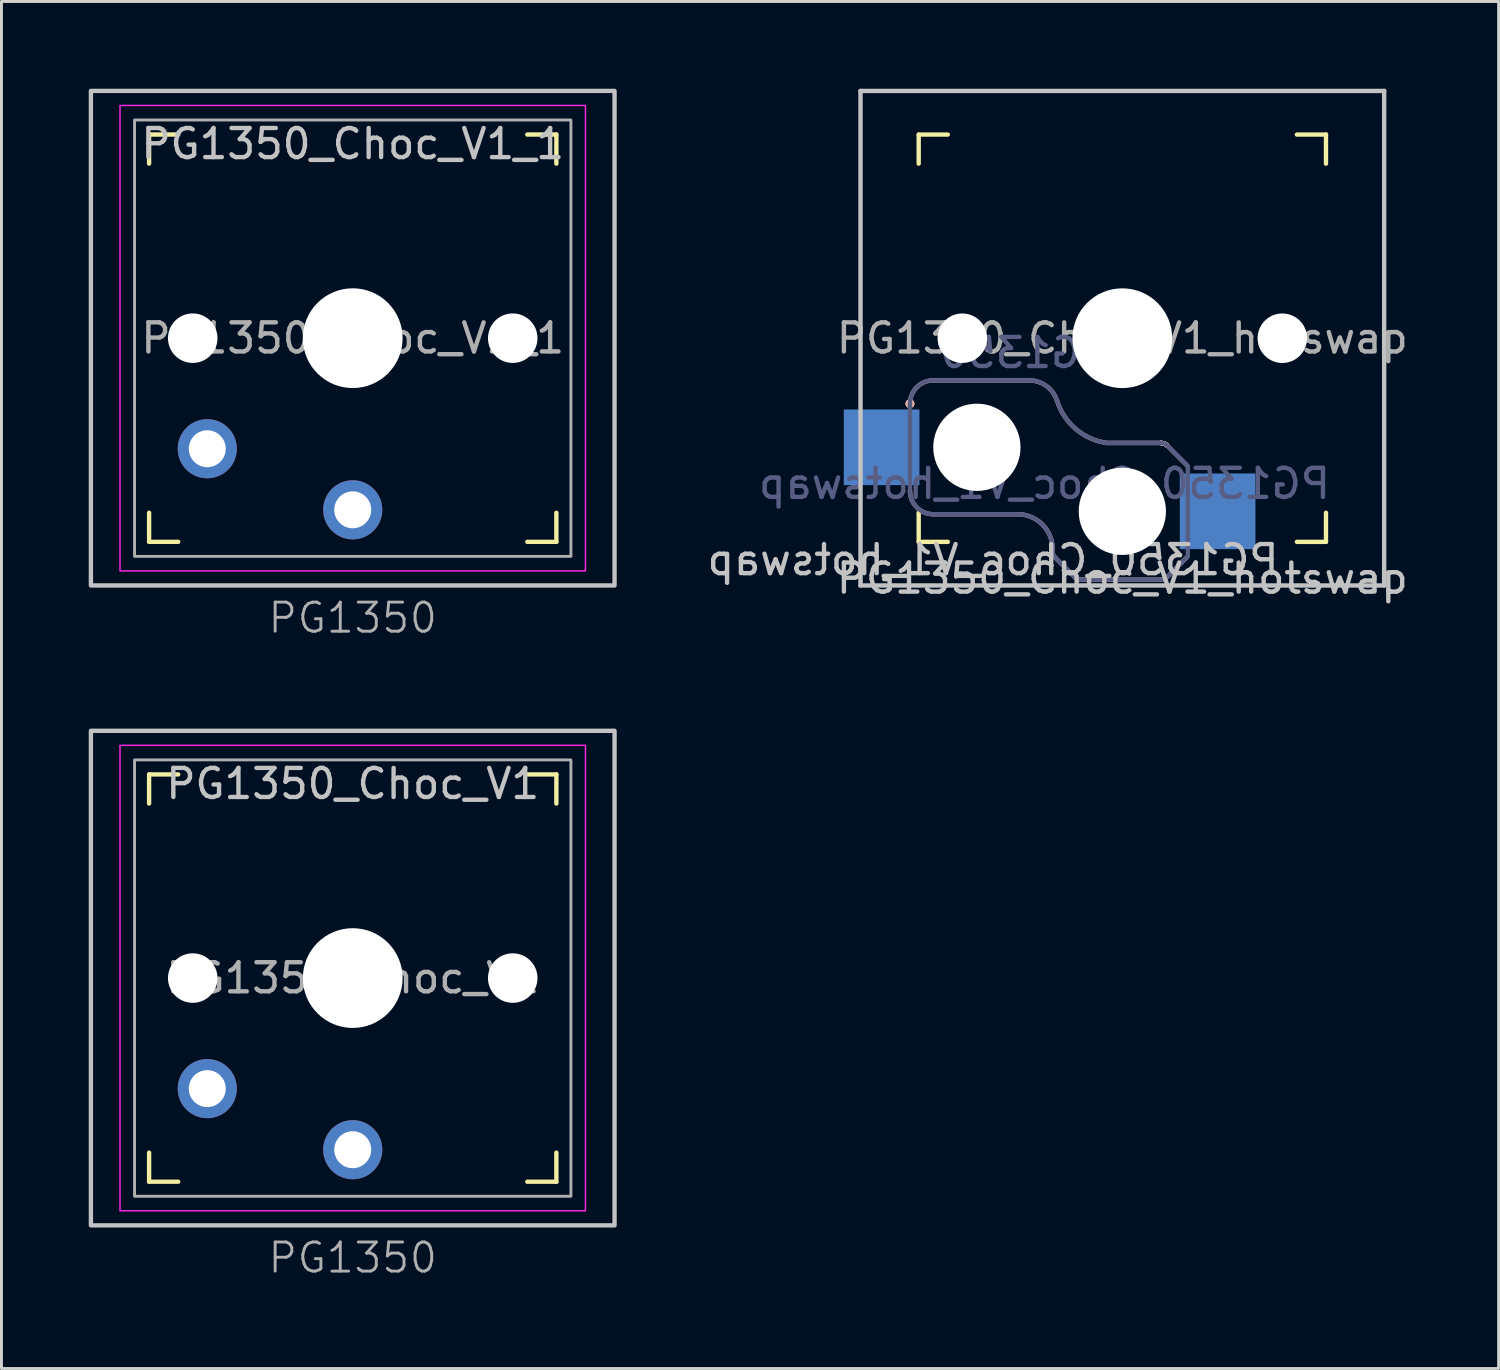
<source format=kicad_pcb>
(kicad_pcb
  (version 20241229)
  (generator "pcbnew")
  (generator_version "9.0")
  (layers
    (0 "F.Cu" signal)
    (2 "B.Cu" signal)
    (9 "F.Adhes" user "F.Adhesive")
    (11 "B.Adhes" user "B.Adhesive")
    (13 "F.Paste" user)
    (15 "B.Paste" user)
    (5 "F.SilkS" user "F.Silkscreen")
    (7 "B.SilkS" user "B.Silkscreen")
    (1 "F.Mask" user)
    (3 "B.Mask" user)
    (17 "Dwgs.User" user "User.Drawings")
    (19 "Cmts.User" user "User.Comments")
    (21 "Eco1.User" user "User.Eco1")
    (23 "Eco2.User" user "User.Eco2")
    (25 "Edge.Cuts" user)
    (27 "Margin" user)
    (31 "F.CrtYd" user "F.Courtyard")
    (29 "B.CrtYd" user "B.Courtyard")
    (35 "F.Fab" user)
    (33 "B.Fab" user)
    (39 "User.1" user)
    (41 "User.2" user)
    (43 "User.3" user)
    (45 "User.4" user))
  (footprint "PG1350_Choc_V1"
    (layer "F.Cu")
    (at 9.075 30.571)
    (property "Reference" "PG1350_Choc_V1" (at 0 -6.68 0) (layer "Dwgs.User") (effects (font (size 1 1) (thickness 0.15))))
    (property "Value" "PG1350" (at 0 7.75 0) (layer "F.Fab") (hide yes) (effects (font (size 1 1) (thickness 0.15))))
    (attr through_hole)
    (fp_line (start -7 -6) (end -7 -7) (stroke (width 0.15) (type solid)) (layer "F.SilkS"))
    (fp_line (start -7 7) (end -7 6) (stroke (width 0.15) (type solid)) (layer "F.SilkS"))
    (fp_line (start -7 7) (end -6 7) (stroke (width 0.15) (type solid)) (layer "F.SilkS"))
    (fp_line (start -6 -7) (end -7 -7) (stroke (width 0.15) (type solid)) (layer "F.SilkS"))
    (fp_line (start 6 7) (end 7 7) (stroke (width 0.15) (type solid)) (layer "F.SilkS"))
    (fp_line (start 7 -7) (end 6 -7) (stroke (width 0.15) (type solid)) (layer "F.SilkS"))
    (fp_line (start 7 -7) (end 7 -6) (stroke (width 0.15) (type solid)) (layer "F.SilkS"))
    (fp_line (start 7 6) (end 7 7) (stroke (width 0.15) (type solid)) (layer "F.SilkS"))
    (fp_rect (start -9 -8.5) (end 9 8.5) (stroke (width 0.15) (type solid)) (fill no) (layer "Dwgs.User"))
    (fp_rect (start -8 -8) (end 8 8) (stroke (width 0.05) (type solid)) (fill no) (layer "F.CrtYd"))
    (fp_rect (start -7.5 -7.5) (end 7.5 7.5) (stroke (width 0.1) (type solid)) (fill no) (layer "F.Fab"))
    (fp_text user "${REFERENCE}" (at 0 0 0) (layer "F.Fab") (effects (font (size 1 1) (thickness 0.15))))
    (fp_text user "${VALUE}" (at 0 10.2 0) (unlocked yes) (layer "F.Fab") (effects (font (size 1 1) (thickness 0.1)) (justify bottom)))
    (pad "" np_thru_hole circle (at -5.5 0) (size 1.702 1.702) (drill 1.702) (layers "*.Cu" "*.Mask"))
    (pad "" np_thru_hole circle (at 0 0) (size 3.429 3.429) (drill 3.429) (layers "*.Cu" "*.Mask"))
    (pad "" np_thru_hole circle (at 5.5 0) (size 1.702 1.702) (drill 1.702) (layers "*.Cu" "*.Mask"))
    (pad "1" thru_hole circle (at 0 5.9) (size 2.032 2.032) (drill 1.27) (layers "*.Cu" "*.Mask"))
    (pad "2" thru_hole circle (at -5 3.8) (size 2.032 2.032) (drill 1.27) (layers "*.Cu" "*.Mask")))
  (footprint "PG1350_Choc_V1_1"
    (layer "F.Cu")
    (at 9.075 8.575)
    (property "Reference" "PG1350_Choc_V1_1" (at 0 -6.68 0) (layer "Dwgs.User") (effects (font (size 1 1) (thickness 0.15))))
    (property "Value" "PG1350" (at 0 7.75 0) (layer "F.Fab") (hide yes) (effects (font (size 1 1) (thickness 0.15))))
    (attr through_hole)
    (fp_line (start -7 -6) (end -7 -7) (stroke (width 0.15) (type solid)) (layer "F.SilkS"))
    (fp_line (start -7 7) (end -7 6) (stroke (width 0.15) (type solid)) (layer "F.SilkS"))
    (fp_line (start -7 7) (end -6 7) (stroke (width 0.15) (type solid)) (layer "F.SilkS"))
    (fp_line (start -6 -7) (end -7 -7) (stroke (width 0.15) (type solid)) (layer "F.SilkS"))
    (fp_line (start 6 7) (end 7 7) (stroke (width 0.15) (type solid)) (layer "F.SilkS"))
    (fp_line (start 7 -7) (end 6 -7) (stroke (width 0.15) (type solid)) (layer "F.SilkS"))
    (fp_line (start 7 -7) (end 7 -6) (stroke (width 0.15) (type solid)) (layer "F.SilkS"))
    (fp_line (start 7 6) (end 7 7) (stroke (width 0.15) (type solid)) (layer "F.SilkS"))
    (fp_rect (start -9 -8.5) (end 9 8.5) (stroke (width 0.15) (type solid)) (fill no) (layer "Dwgs.User"))
    (fp_rect (start -8 -8) (end 8 8) (stroke (width 0.05) (type solid)) (fill no) (layer "F.CrtYd"))
    (fp_rect (start -7.5 -7.5) (end 7.5 7.5) (stroke (width 0.1) (type solid)) (fill no) (layer "F.Fab"))
    (fp_text user "${VALUE}" (at 0 10.2 0) (unlocked yes) (layer "F.Fab") (effects (font (size 1 1) (thickness 0.1)) (justify bottom)))
    (fp_text user "${REFERENCE}" (at 0 0 0) (layer "F.Fab") (effects (font (size 1 1) (thickness 0.15))))
    (pad "" np_thru_hole circle (at -5.5 0) (size 1.702 1.702) (drill 1.702) (layers "*.Cu" "*.Mask"))
    (pad "" np_thru_hole circle (at 0 0) (size 3.429 3.429) (drill 3.429) (layers "*.Cu" "*.Mask"))
    (pad "" np_thru_hole circle (at 5.5 0) (size 1.702 1.702) (drill 1.702) (layers "*.Cu" "*.Mask"))
    (pad "1" thru_hole circle (at 0 5.9) (size 2.032 2.032) (drill 1.27) (layers "*.Cu" "*.Mask"))
    (pad "2" thru_hole circle (at -5 3.8) (size 2.032 2.032) (drill 1.27) (layers "*.Cu" "*.Mask")))
  (footprint "PG1350_Choc_V1_hotswap"
    (layer "F.Cu")
    (at 35.53 8.576)
    (property "Reference" "PG1350_Choc_V1_hotswap" (at 0 8.255 180) (layer "Dwgs.User") (effects (font (size 1 1) (thickness 0.15))))
    (attr through_hole)
    (fp_line (start -7 -6) (end -7 -7) (stroke (width 0.15) (type solid)) (layer "F.SilkS"))
    (fp_line (start -7 7) (end -7 6) (stroke (width 0.15) (type solid)) (layer "F.SilkS"))
    (fp_line (start -7 7) (end -6 7) (stroke (width 0.15) (type solid)) (layer "F.SilkS"))
    (fp_line (start -6 -7) (end -7 -7) (stroke (width 0.15) (type solid)) (layer "F.SilkS"))
    (fp_line (start 6 7) (end 7 7) (stroke (width 0.15) (type solid)) (layer "F.SilkS"))
    (fp_line (start 7 -7) (end 6 -7) (stroke (width 0.15) (type solid)) (layer "F.SilkS"))
    (fp_line (start 7 -7) (end 7 -6) (stroke (width 0.15) (type solid)) (layer "F.SilkS"))
    (fp_line (start 7 6) (end 7 7) (stroke (width 0.15) (type solid)) (layer "F.SilkS"))
    (fp_line (start -6.5 6.05) (end -3.6 6.05) (stroke (width 0.15) (type default)) (layer "B.SilkS"))
    (fp_line (start -3.2 1.45) (end -6.5 1.45) (stroke (width 0.15) (type default)) (layer "B.SilkS"))
    (fp_line (start -2.4 7.15) (end -2.4 7.326) (stroke (width 0.15) (type default)) (layer "B.SilkS"))
    (fp_line (start -2.312 7.538) (end -1.638 8.212) (stroke (width 0.15) (type default)) (layer "B.SilkS"))
    (fp_line (start -1.426 8.3) (end 1.326 8.3) (stroke (width 0.15) (type default)) (layer "B.SilkS"))
    (fp_line (start 1.326 3.6) (end -0.55 3.6) (stroke (width 0.15) (type default)) (layer "B.SilkS"))
    (fp_line (start 1.538 8.212) (end 2.2 7.55) (stroke (width 0.15) (type default)) (layer "B.SilkS"))
    (fp_line (start 2.212 4.362) (end 1.538 3.688) (stroke (width 0.15) (type default)) (layer "B.SilkS"))
    (fp_arc (start -7.3 2.249994) (mid -7.3 2.249994) (end -7.3 2.249994) (stroke (width 0.15) (type default)) (layer "B.SilkS"))
    (fp_arc (start -7.3 2.249994) (mid -7.3 2.249994) (end -7.3 2.249994) (stroke (width 0.15) (type default)) (layer "B.SilkS"))
    (fp_arc (start -7.3 2.25) (mid -7.3 2.25) (end -7.3 2.25) (stroke (width 0.15) (type default)) (layer "B.SilkS"))
    (fp_arc (start -7.3 2.25) (mid -7.3 2.25) (end -7.3 2.25) (stroke (width 0.15) (type default)) (layer "B.SilkS"))
    (fp_arc (start -7.3 2.25) (mid -7.065685 1.684315) (end -6.5 1.45) (stroke (width 0.15) (type default)) (layer "B.SilkS"))
    (fp_arc (start -6.5 6.05) (mid -7.065685 5.815685) (end -7.3 5.249999) (stroke (width 0.15) (type default)) (layer "B.SilkS"))
    (fp_arc (start -3.6 6.05) (mid -2.786057 6.366612) (end -2.4 7.150006) (stroke (width 0.15) (type default)) (layer "B.SilkS"))
    (fp_arc (start -3.2 1.45) (mid -2.607856 1.643732) (end -2.244732 2.15) (stroke (width 0.15) (type default)) (layer "B.SilkS"))
    (fp_arc (start -2.312132 7.537868) (mid -2.377164 7.440542) (end -2.4 7.325737) (stroke (width 0.15) (type default)) (layer "B.SilkS"))
    (fp_arc (start -1.425737 8.299994) (mid -1.540542 8.277158) (end -1.637868 8.212126) (stroke (width 0.15) (type default)) (layer "B.SilkS"))
    (fp_arc (start -1.425737 8.3) (mid -1.540542 8.277164) (end -1.637868 8.212132) (stroke (width 0.15) (type default)) (layer "B.SilkS"))
    (fp_arc (start -1.425737 8.3) (mid -1.540541 8.277164) (end -1.637867 8.212133) (stroke (width 0.15) (type default)) (layer "B.SilkS"))
    (fp_arc (start -0.55 3.599998) (mid -1.604683 3.117308) (end -2.244732 2.15) (stroke (width 0.15) (type default)) (layer "B.SilkS"))
    (fp_arc (start 1.325736 3.599994) (mid 1.440539 3.622832) (end 1.537867 3.687861) (stroke (width 0.15) (type default)) (layer "B.SilkS"))
    (fp_arc (start 1.325736 3.599994) (mid 1.440542 3.622829) (end 1.537868 3.687862) (stroke (width 0.15) (type default)) (layer "B.SilkS"))
    (fp_arc (start 1.325736 3.599994) (mid 1.440542 3.622829) (end 1.537868 3.687862) (stroke (width 0.15) (type default)) (layer "B.SilkS"))
    (fp_arc (start 1.325736 3.6) (mid 1.440539 3.622838) (end 1.537867 3.687867) (stroke (width 0.15) (type default)) (layer "B.SilkS"))
    (fp_arc (start 1.325736 3.6) (mid 1.440542 3.622835) (end 1.537868 3.687868) (stroke (width 0.15) (type default)) (layer "B.SilkS"))
    (fp_arc (start 1.325736 3.6) (mid 1.440542 3.622835) (end 1.537868 3.687868) (stroke (width 0.15) (type default)) (layer "B.SilkS"))
    (fp_arc (start 1.325736 3.6) (mid 1.440542 3.622835) (end 1.537868 3.687868) (stroke (width 0.15) (type default)) (layer "B.SilkS"))
    (fp_arc (start 1.537867 8.212133) (mid 1.440541 8.277163) (end 1.325737 8.3) (stroke (width 0.15) (type default)) (layer "B.SilkS"))
    (fp_line (start -9 -8.5) (end 9 -8.5) (stroke (width 0.152) (type solid)) (layer "Dwgs.User"))
    (fp_line (start -9 8.5) (end -9 -8.5) (stroke (width 0.152) (type solid)) (layer "Dwgs.User"))
    (fp_line (start 9 -8.5) (end 9 8.5) (stroke (width 0.152) (type solid)) (layer "Dwgs.User"))
    (fp_line (start 9 8.5) (end -9 8.5) (stroke (width 0.152) (type solid)) (layer "Dwgs.User"))
    (fp_line (start -6.9 6.9) (end -6.9 -6.9) (stroke (width 0.15) (type solid)) (layer "Eco2.User"))
    (fp_line (start -6.9 6.9) (end 6.9 6.9) (stroke (width 0.15) (type solid)) (layer "Eco2.User"))
    (fp_line (start -2.6 -6.325) (end -2.6 -3.125) (stroke (width 0.15) (type solid)) (layer "Eco2.User"))
    (fp_line (start -2.6 -3.125) (end 2.6 -3.125) (stroke (width 0.15) (type solid)) (layer "Eco2.User"))
    (fp_line (start 2.6 -6.325) (end -2.6 -6.325) (stroke (width 0.15) (type solid)) (layer "Eco2.User"))
    (fp_line (start 2.6 -6.325) (end 2.6 -3.125) (stroke (width 0.15) (type solid)) (layer "Eco2.User"))
    (fp_line (start 6.9 -6.9) (end -6.9 -6.9) (stroke (width 0.15) (type solid)) (layer "Eco2.User"))
    (fp_line (start 6.9 -6.9) (end 6.9 6.9) (stroke (width 0.15) (type solid)) (layer "Eco2.User"))
    (fp_line (start -7.3 2.25) (end -7.3 5.25) (stroke (width 0.15) (type solid)) (layer "B.Fab"))
    (fp_line (start -6.5 6.05) (end -3.6 6.05) (stroke (width 0.15) (type solid)) (layer "B.Fab"))
    (fp_line (start -3.2 1.45) (end -6.5 1.45) (stroke (width 0.15) (type solid)) (layer "B.Fab"))
    (fp_line (start -2.4 7.15) (end -2.4 7.326) (stroke (width 0.15) (type solid)) (layer "B.Fab"))
    (fp_line (start -2.312 7.538) (end -1.638 8.212) (stroke (width 0.15) (type solid)) (layer "B.Fab"))
    (fp_line (start -1.426 8.3) (end 1.326 8.3) (stroke (width 0.15) (type solid)) (layer "B.Fab"))
    (fp_line (start 1.326 3.6) (end -0.55 3.6) (stroke (width 0.15) (type solid)) (layer "B.Fab"))
    (fp_line (start 1.538 8.212) (end 2.25 7.5) (stroke (width 0.15) (type solid)) (layer "B.Fab"))
    (fp_line (start 2.245 4.395) (end 1.538 3.688) (stroke (width 0.15) (type solid)) (layer "B.Fab"))
    (fp_line (start 2.25 7.5) (end 2.25 4.395) (stroke (width 0.15) (type solid)) (layer "B.Fab"))
    (fp_arc (start -7.3 2.249994) (mid -7.065685 1.684309) (end -6.5 1.449994) (stroke (width 0.15) (type solid)) (layer "B.Fab"))
    (fp_arc (start -6.5 6.049994) (mid -7.065685 5.815679) (end -7.3 5.249993) (stroke (width 0.15) (type solid)) (layer "B.Fab"))
    (fp_arc (start -3.6 6.049994) (mid -2.786057 6.366606) (end -2.4 7.15) (stroke (width 0.15) (type solid)) (layer "B.Fab"))
    (fp_arc (start -3.2 1.449994) (mid -2.607856 1.643726) (end -2.244732 2.149994) (stroke (width 0.15) (type solid)) (layer "B.Fab"))
    (fp_arc (start -2.312132 7.537862) (mid -2.377164 7.440536) (end -2.4 7.325731) (stroke (width 0.15) (type solid)) (layer "B.Fab"))
    (fp_arc (start -1.425737 8.299994) (mid -1.540541 8.277158) (end -1.637867 8.212127) (stroke (width 0.15) (type solid)) (layer "B.Fab"))
    (fp_arc (start -0.55 3.599992) (mid -1.604683 3.117302) (end -2.244732 2.149994) (stroke (width 0.15) (type solid)) (layer "B.Fab"))
    (fp_arc (start 1.325736 3.599994) (mid 1.440542 3.622829) (end 1.537868 3.687862) (stroke (width 0.15) (type solid)) (layer "B.Fab"))
    (fp_arc (start 1.537867 8.212127) (mid 1.440541 8.277157) (end 1.325737 8.299994) (stroke (width 0.15) (type solid)) (layer "B.Fab"))
    (fp_text user "${REFERENCE}" (at -4.445 7.62 180) (layer "Dwgs.User") (effects (font (size 1 1) (thickness 0.15)) (justify mirror)))
    (fp_text user "${REFERENCE}" (at -2.675 5 0) (layer "B.Fab") (effects (font (size 1 1) (thickness 0.15)) (justify mirror)))
    (fp_text user "PG1350" (at -3.35 0.5 180) (layer "B.Fab") (effects (font (size 1 1) (thickness 0.15)) (justify mirror)))
    (fp_text user "${REFERENCE}" (at 0 0 180) (layer "F.Fab") (effects (font (size 1 1) (thickness 0.15))))
    (pad "" np_thru_hole circle (at -5.5 0 180) (size 1.702 1.702) (drill 1.702) (layers "*.Cu" "*.Mask"))
    (pad "" np_thru_hole circle (at -5 3.75 180) (size 3 3) (drill 3) (layers "*.Cu" "*.Mask"))
    (pad "" np_thru_hole circle (at 0 0 180) (size 3.429 3.429) (drill 3.429) (layers "*.Cu" "*.Mask"))
    (pad "" np_thru_hole circle (at 0 5.95 180) (size 3 3) (drill 3) (layers "*.Cu" "*.Mask"))
    (pad "" np_thru_hole circle (at 5.5 0 180) (size 1.702 1.702) (drill 1.702) (layers "*.Cu" "*.Mask"))
    (pad "1" smd rect (at 3.275 5.95 180) (size 2.6 2.6) (layers "B.Cu" "B.Mask" "B.Paste"))
    (pad "2" smd rect (at -8.275 3.75 180) (size 2.6 2.6) (layers "B.Cu" "B.Mask" "B.Paste")))
  (gr_rect
    (start -3 -3)
    (end 48.464 43.992)
    (stroke (width 0.1) (type default))
    (fill no)
    (layer "Edge.Cuts")))
</source>
